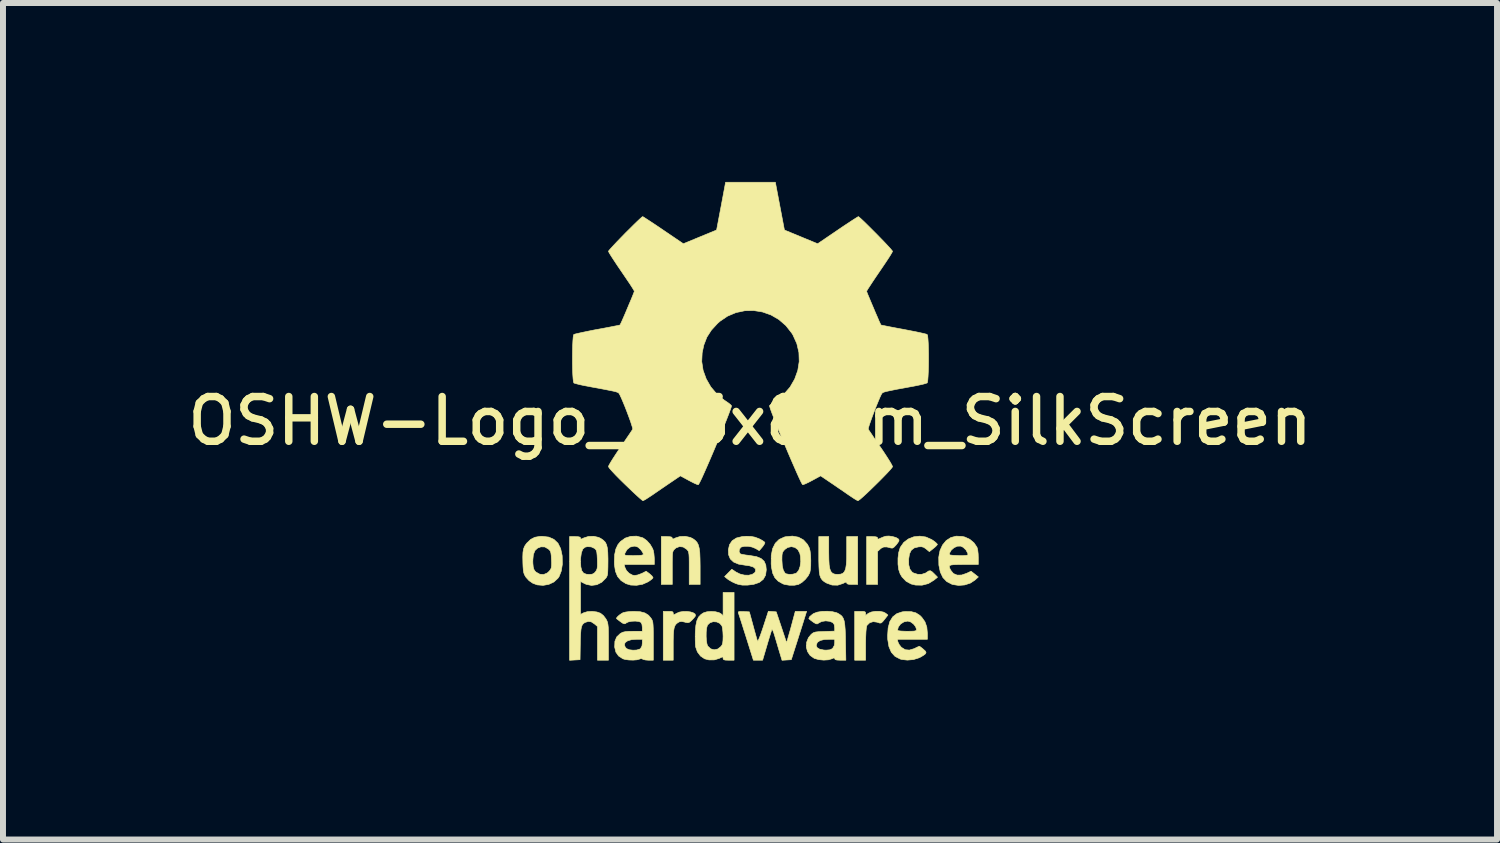
<source format=kicad_pcb>
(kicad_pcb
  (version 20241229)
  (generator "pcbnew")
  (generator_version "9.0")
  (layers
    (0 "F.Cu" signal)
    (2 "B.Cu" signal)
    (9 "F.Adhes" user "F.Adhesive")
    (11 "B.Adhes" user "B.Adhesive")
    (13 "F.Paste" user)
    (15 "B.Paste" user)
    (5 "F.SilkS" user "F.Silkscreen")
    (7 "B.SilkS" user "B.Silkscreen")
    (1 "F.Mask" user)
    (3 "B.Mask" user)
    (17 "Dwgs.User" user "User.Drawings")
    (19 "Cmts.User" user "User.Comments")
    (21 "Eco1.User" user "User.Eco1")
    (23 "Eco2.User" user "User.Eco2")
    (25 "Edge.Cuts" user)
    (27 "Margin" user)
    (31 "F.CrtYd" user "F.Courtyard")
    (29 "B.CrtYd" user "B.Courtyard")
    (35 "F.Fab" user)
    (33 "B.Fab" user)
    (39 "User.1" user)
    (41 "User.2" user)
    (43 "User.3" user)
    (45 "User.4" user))
  (footprint "OSHW-Logo_7.5x8mm_SilkScreen"
    (layer "F.Cu")
    (at 9.523 4.007)
    (property "Reference" "OSHW-Logo_7.5x8mm_SilkScreen" (at 0 0 0) (layer "F.SilkS") (effects (font (size 0.75 0.75) (thickness 0.125))))
    (attr exclude_from_pos_files exclude_from_bom)
    (fp_poly (pts (xy 2.391 1.938) (xy 2.449 1.955) (xy 2.486 1.977) (xy 2.498 1.995) (xy 2.495 2.016) (xy 2.473 2.048) (xy 2.455 2.072) (xy 2.417 2.113) (xy 2.389 2.131) (xy 2.365 2.13) (xy 2.294 2.112) (xy 2.241 2.113) (xy 2.199 2.133) (xy 2.185 2.145) (xy 2.139 2.187) (xy 2.139 2.741) (xy 1.955 2.741) (xy 1.955 1.938) (xy 2.047 1.938) (xy 2.102 1.941) (xy 2.131 1.948) (xy 2.139 1.963) (xy 2.139 1.964) (xy 2.143 1.98) (xy 2.16 1.978) (xy 2.185 1.966) (xy 2.235 1.945) (xy 2.276 1.932) (xy 2.329 1.929) (xy 2.391 1.938)) (stroke (width 0.01) (type solid)) (fill yes) (layer "F.SilkS"))
    (fp_poly (pts (xy 2.173 3.191) (xy 2.237 3.204) (xy 2.274 3.223) (xy 2.312 3.254) (xy 2.258 3.323) (xy 2.224 3.365) (xy 2.201 3.385) (xy 2.178 3.389) (xy 2.145 3.378) (xy 2.129 3.373) (xy 2.066 3.364) (xy 2.007 3.382) (xy 1.964 3.423) (xy 1.957 3.436) (xy 1.95 3.47) (xy 1.944 3.533) (xy 1.94 3.621) (xy 1.938 3.729) (xy 1.938 3.744) (xy 1.938 4.011) (xy 1.755 4.011) (xy 1.755 3.192) (xy 1.847 3.192) (xy 1.9 3.193) (xy 1.927 3.199) (xy 1.937 3.213) (xy 1.938 3.226) (xy 1.938 3.261) (xy 1.982 3.226) (xy 2.033 3.203) (xy 2.101 3.191) (xy 2.173 3.191)) (stroke (width 0.01) (type solid)) (fill yes) (layer "F.SilkS"))
    (fp_poly (pts (xy -1.32 3.193) (xy -1.295 3.201) (xy -1.287 3.217) (xy -1.287 3.225) (xy -1.285 3.246) (xy -1.275 3.249) (xy -1.248 3.235) (xy -1.232 3.225) (xy -1.182 3.204) (xy -1.122 3.194) (xy -1.059 3.193) (xy -0.999 3.201) (xy -0.951 3.216) (xy -0.92 3.237) (xy -0.914 3.264) (xy -0.917 3.272) (xy -0.94 3.302) (xy -0.974 3.339) (xy -0.98 3.345) (xy -1.013 3.373) (xy -1.042 3.382) (xy -1.081 3.376) (xy -1.097 3.371) (xy -1.146 3.361) (xy -1.181 3.366) (xy -1.211 3.382) (xy -1.237 3.403) (xy -1.257 3.43) (xy -1.271 3.467) (xy -1.28 3.52) (xy -1.285 3.593) (xy -1.287 3.693) (xy -1.287 3.753) (xy -1.287 4.011) (xy -1.454 4.011) (xy -1.454 3.192) (xy -1.37 3.192) (xy -1.32 3.193)) (stroke (width 0.01) (type solid)) (fill yes) (layer "F.SilkS"))
    (fp_poly (pts (xy 1.32 2.199) (xy 1.322 2.321) (xy 1.327 2.414) (xy 1.339 2.482) (xy 1.358 2.527) (xy 1.385 2.555) (xy 1.423 2.569) (xy 1.471 2.572) (xy 1.52 2.568) (xy 1.557 2.554) (xy 1.584 2.525) (xy 1.603 2.479) (xy 1.614 2.41) (xy 1.62 2.316) (xy 1.621 2.199) (xy 1.621 1.938) (xy 1.805 1.938) (xy 1.805 2.741) (xy 1.713 2.741) (xy 1.657 2.738) (xy 1.629 2.73) (xy 1.621 2.715) (xy 1.616 2.702) (xy 1.597 2.705) (xy 1.559 2.724) (xy 1.47 2.753) (xy 1.377 2.751) (xy 1.287 2.719) (xy 1.244 2.694) (xy 1.212 2.667) (xy 1.188 2.633) (xy 1.171 2.588) (xy 1.161 2.526) (xy 1.156 2.444) (xy 1.153 2.336) (xy 1.153 2.252) (xy 1.153 1.938) (xy 1.32 1.938) (xy 1.32 2.199)) (stroke (width 0.01) (type solid)) (fill yes) (layer "F.SilkS"))
    (fp_poly (pts (xy -1.002 1.952) (xy -0.96 1.972) (xy -0.92 2.001) (xy -0.889 2.034) (xy -0.867 2.076) (xy -0.852 2.132) (xy -0.842 2.207) (xy -0.838 2.305) (xy -0.836 2.431) (xy -0.836 2.444) (xy -0.836 2.741) (xy -1.019 2.741) (xy -1.019 2.467) (xy -1.019 2.366) (xy -1.02 2.292) (xy -1.023 2.241) (xy -1.028 2.207) (xy -1.035 2.184) (xy -1.047 2.167) (xy -1.063 2.15) (xy -1.12 2.113) (xy -1.183 2.106) (xy -1.242 2.129) (xy -1.262 2.147) (xy -1.278 2.163) (xy -1.288 2.18) (xy -1.296 2.204) (xy -1.3 2.24) (xy -1.302 2.294) (xy -1.303 2.371) (xy -1.303 2.464) (xy -1.303 2.741) (xy -1.487 2.741) (xy -1.487 1.938) (xy -1.395 1.938) (xy -1.34 1.941) (xy -1.312 1.948) (xy -1.303 1.963) (xy -1.303 1.964) (xy -1.3 1.979) (xy -1.283 1.977) (xy -1.249 1.961) (xy -1.173 1.937) (xy -1.086 1.934) (xy -1.002 1.952)) (stroke (width 0.01) (type solid)) (fill yes) (layer "F.SilkS"))
    (fp_poly (pts (xy 2.947 1.945) (xy 3.043 1.987) (xy 3.074 2.007) (xy 3.113 2.037) (xy 3.137 2.062) (xy 3.142 2.069) (xy 3.13 2.087) (xy 3.099 2.117) (xy 3.074 2.137) (xy 3.007 2.191) (xy 2.954 2.147) (xy 2.913 2.118) (xy 2.873 2.108) (xy 2.827 2.11) (xy 2.754 2.128) (xy 2.704 2.166) (xy 2.674 2.227) (xy 2.66 2.314) (xy 2.66 2.314) (xy 2.661 2.412) (xy 2.68 2.484) (xy 2.717 2.533) (xy 2.742 2.549) (xy 2.809 2.57) (xy 2.881 2.57) (xy 2.943 2.55) (xy 2.958 2.54) (xy 2.995 2.515) (xy 3.024 2.511) (xy 3.055 2.53) (xy 3.089 2.563) (xy 3.144 2.619) (xy 3.083 2.669) (xy 2.99 2.726) (xy 2.884 2.753) (xy 2.774 2.751) (xy 2.701 2.733) (xy 2.617 2.687) (xy 2.549 2.616) (xy 2.518 2.565) (xy 2.493 2.492) (xy 2.481 2.401) (xy 2.481 2.301) (xy 2.493 2.205) (xy 2.517 2.125) (xy 2.521 2.117) (xy 2.578 2.036) (xy 2.655 1.978) (xy 2.746 1.942) (xy 2.846 1.931) (xy 2.947 1.945)) (stroke (width 0.01) (type solid)) (fill yes) (layer "F.SilkS"))
    (fp_poly (pts (xy 0.812 1.948) (xy 0.896 1.994) (xy 0.962 2.067) (xy 0.993 2.126) (xy 1.007 2.178) (xy 1.016 2.253) (xy 1.019 2.338) (xy 1.018 2.425) (xy 1.011 2.5) (xy 1.003 2.541) (xy 0.975 2.596) (xy 0.928 2.655) (xy 0.871 2.706) (xy 0.815 2.739) (xy 0.814 2.74) (xy 0.744 2.754) (xy 0.661 2.754) (xy 0.582 2.741) (xy 0.552 2.731) (xy 0.473 2.686) (xy 0.417 2.628) (xy 0.38 2.551) (xy 0.36 2.45) (xy 0.355 2.397) (xy 0.356 2.331) (xy 0.535 2.331) (xy 0.541 2.428) (xy 0.558 2.502) (xy 0.586 2.549) (xy 0.605 2.562) (xy 0.656 2.572) (xy 0.716 2.569) (xy 0.767 2.555) (xy 0.781 2.548) (xy 0.817 2.504) (xy 0.84 2.438) (xy 0.851 2.357) (xy 0.846 2.271) (xy 0.835 2.218) (xy 0.803 2.158) (xy 0.753 2.12) (xy 0.693 2.107) (xy 0.631 2.121) (xy 0.584 2.154) (xy 0.559 2.182) (xy 0.544 2.209) (xy 0.537 2.246) (xy 0.535 2.303) (xy 0.535 2.331) (xy 0.356 2.331) (xy 0.356 2.256) (xy 0.379 2.14) (xy 0.424 2.05) (xy 0.49 1.985) (xy 0.579 1.945) (xy 0.597 1.941) (xy 0.711 1.93) (xy 0.812 1.948)) (stroke (width 0.01) (type solid)) (fill yes) (layer "F.SilkS"))
    (fp_poly (pts (xy 0.374 3.195) (xy 0.44 3.2) (xy 0.527 3.459) (xy 0.613 3.718) (xy 0.64 3.626) (xy 0.656 3.569) (xy 0.678 3.493) (xy 0.701 3.408) (xy 0.713 3.363) (xy 0.759 3.192) (xy 0.949 3.192) (xy 0.893 3.371) (xy 0.865 3.46) (xy 0.831 3.566) (xy 0.796 3.677) (xy 0.764 3.777) (xy 0.692 4.002) (xy 0.537 4.012) (xy 0.495 3.874) (xy 0.469 3.787) (xy 0.441 3.692) (xy 0.416 3.608) (xy 0.415 3.605) (xy 0.397 3.548) (xy 0.381 3.509) (xy 0.369 3.495) (xy 0.367 3.496) (xy 0.359 3.519) (xy 0.343 3.568) (xy 0.322 3.637) (xy 0.297 3.719) (xy 0.284 3.764) (xy 0.211 4.011) (xy 0.057 4.011) (xy -0.065 3.622) (xy -0.1 3.513) (xy -0.131 3.414) (xy -0.158 3.33) (xy -0.179 3.265) (xy -0.193 3.224) (xy -0.197 3.212) (xy -0.193 3.199) (xy -0.168 3.194) (xy -0.116 3.195) (xy -0.108 3.195) (xy -0.011 3.2) (xy 0.053 3.434) (xy 0.076 3.519) (xy 0.097 3.594) (xy 0.114 3.653) (xy 0.124 3.687) (xy 0.126 3.693) (xy 0.134 3.686) (xy 0.15 3.653) (xy 0.173 3.596) (xy 0.199 3.522) (xy 0.222 3.454) (xy 0.308 3.19) (xy 0.374 3.195)) (stroke (width 0.01) (type solid)) (fill yes) (layer "F.SilkS"))
    (fp_poly (pts (xy -3.373 1.947) (xy -3.286 1.986) (xy -3.219 2.05) (xy -3.174 2.141) (xy -3.149 2.257) (xy -3.148 2.276) (xy -3.146 2.404) (xy -3.164 2.516) (xy -3.2 2.608) (xy -3.22 2.637) (xy -3.287 2.699) (xy -3.372 2.739) (xy -3.468 2.756) (xy -3.566 2.748) (xy -3.64 2.721) (xy -3.704 2.677) (xy -3.756 2.62) (xy -3.757 2.618) (xy -3.778 2.583) (xy -3.792 2.547) (xy -3.8 2.502) (xy -3.805 2.438) (xy -3.807 2.385) (xy -3.808 2.338) (xy -3.641 2.338) (xy -3.64 2.385) (xy -3.634 2.448) (xy -3.623 2.488) (xy -3.604 2.517) (xy -3.587 2.534) (xy -3.524 2.569) (xy -3.459 2.574) (xy -3.398 2.548) (xy -3.367 2.52) (xy -3.345 2.492) (xy -3.332 2.464) (xy -3.327 2.429) (xy -3.326 2.376) (xy -3.328 2.327) (xy -3.332 2.256) (xy -3.338 2.211) (xy -3.348 2.181) (xy -3.366 2.159) (xy -3.381 2.146) (xy -3.44 2.112) (xy -3.505 2.11) (xy -3.559 2.13) (xy -3.605 2.172) (xy -3.632 2.241) (xy -3.641 2.338) (xy -3.808 2.338) (xy -3.809 2.281) (xy -3.806 2.203) (xy -3.796 2.145) (xy -3.778 2.099) (xy -3.75 2.058) (xy -3.74 2.046) (xy -3.676 1.985) (xy -3.607 1.95) (xy -3.523 1.935) (xy -3.482 1.934) (xy -3.373 1.947)) (stroke (width 0.01) (type solid)) (fill yes) (layer "F.SilkS"))
    (fp_poly (pts (xy -0.267 4.011) (xy -0.359 4.011) (xy -0.413 4.009) (xy -0.44 4.002) (xy -0.45 3.988) (xy -0.451 3.979) (xy -0.453 3.96) (xy -0.464 3.956) (xy -0.491 3.968) (xy -0.513 3.979) (xy -0.597 4.005) (xy -0.687 4.006) (xy -0.761 3.987) (xy -0.83 3.94) (xy -0.882 3.871) (xy -0.911 3.789) (xy -0.912 3.785) (xy -0.916 3.735) (xy -0.918 3.664) (xy -0.918 3.61) (xy -0.735 3.61) (xy -0.731 3.681) (xy -0.721 3.741) (xy -0.708 3.774) (xy -0.659 3.82) (xy -0.601 3.836) (xy -0.54 3.823) (xy -0.489 3.783) (xy -0.469 3.757) (xy -0.458 3.725) (xy -0.453 3.679) (xy -0.451 3.609) (xy -0.454 3.54) (xy -0.46 3.48) (xy -0.469 3.44) (xy -0.47 3.436) (xy -0.506 3.393) (xy -0.558 3.369) (xy -0.616 3.365) (xy -0.67 3.382) (xy -0.71 3.419) (xy -0.714 3.426) (xy -0.727 3.471) (xy -0.734 3.536) (xy -0.735 3.61) (xy -0.918 3.61) (xy -0.918 3.582) (xy -0.917 3.538) (xy -0.908 3.43) (xy -0.891 3.349) (xy -0.863 3.288) (xy -0.821 3.244) (xy -0.78 3.217) (xy -0.723 3.199) (xy -0.653 3.193) (xy -0.58 3.198) (xy -0.518 3.214) (xy -0.485 3.233) (xy -0.451 3.264) (xy -0.451 2.874) (xy -0.267 2.874) (xy -0.267 4.011)) (stroke (width 0.01) (type solid)) (fill yes) (layer "F.SilkS"))
    (fp_poly (pts (xy 3.559 1.936) (xy 3.602 1.946) (xy 3.684 1.984) (xy 3.754 2.042) (xy 3.802 2.112) (xy 3.809 2.128) (xy 3.818 2.168) (xy 3.825 2.229) (xy 3.827 2.29) (xy 3.827 2.406) (xy 3.584 2.406) (xy 3.484 2.407) (xy 3.414 2.409) (xy 3.369 2.415) (xy 3.346 2.426) (xy 3.341 2.445) (xy 3.35 2.472) (xy 3.366 2.504) (xy 3.41 2.558) (xy 3.472 2.584) (xy 3.547 2.583) (xy 3.632 2.554) (xy 3.706 2.519) (xy 3.767 2.567) (xy 3.828 2.615) (xy 3.77 2.668) (xy 3.694 2.718) (xy 3.599 2.749) (xy 3.498 2.757) (xy 3.4 2.742) (xy 3.384 2.737) (xy 3.298 2.692) (xy 3.234 2.625) (xy 3.19 2.533) (xy 3.166 2.416) (xy 3.166 2.414) (xy 3.164 2.286) (xy 3.172 2.24) (xy 3.342 2.24) (xy 3.358 2.247) (xy 3.4 2.252) (xy 3.462 2.255) (xy 3.502 2.256) (xy 3.576 2.256) (xy 3.622 2.254) (xy 3.646 2.249) (xy 3.654 2.24) (xy 3.652 2.224) (xy 3.65 2.218) (xy 3.621 2.163) (xy 3.574 2.118) (xy 3.532 2.098) (xy 3.477 2.099) (xy 3.421 2.124) (xy 3.374 2.165) (xy 3.346 2.214) (xy 3.342 2.24) (xy 3.172 2.24) (xy 3.185 2.173) (xy 3.228 2.079) (xy 3.289 2.005) (xy 3.366 1.955) (xy 3.457 1.931) (xy 3.559 1.936)) (stroke (width 0.01) (type solid)) (fill yes) (layer "F.SilkS"))
    (fp_poly (pts (xy 0.019 1.936) (xy 0.082 1.948) (xy 0.148 1.973) (xy 0.155 1.976) (xy 0.204 2.002) (xy 0.239 2.026) (xy 0.25 2.042) (xy 0.239 2.067) (xy 0.214 2.105) (xy 0.202 2.119) (xy 0.155 2.174) (xy 0.094 2.138) (xy 0.036 2.114) (xy -0.03 2.101) (xy -0.095 2.101) (xy -0.144 2.113) (xy -0.156 2.12) (xy -0.179 2.154) (xy -0.182 2.194) (xy -0.165 2.225) (xy -0.155 2.231) (xy -0.124 2.238) (xy -0.072 2.247) (xy -0.006 2.255) (xy 0.006 2.257) (xy 0.11 2.275) (xy 0.186 2.306) (xy 0.237 2.352) (xy 0.265 2.416) (xy 0.273 2.495) (xy 0.261 2.585) (xy 0.222 2.655) (xy 0.156 2.707) (xy 0.062 2.739) (xy -0.042 2.752) (xy -0.127 2.752) (xy -0.195 2.74) (xy -0.242 2.724) (xy -0.302 2.696) (xy -0.356 2.664) (xy -0.376 2.65) (xy -0.426 2.609) (xy -0.305 2.486) (xy -0.236 2.532) (xy -0.168 2.566) (xy -0.094 2.584) (xy -0.023 2.586) (xy 0.037 2.572) (xy 0.08 2.543) (xy 0.093 2.518) (xy 0.091 2.479) (xy 0.057 2.449) (xy -0.009 2.428) (xy -0.081 2.418) (xy -0.192 2.4) (xy -0.275 2.365) (xy -0.33 2.313) (xy -0.359 2.243) (xy -0.363 2.16) (xy -0.343 2.073) (xy -0.298 2.007) (xy -0.228 1.962) (xy -0.131 1.938) (xy -0.06 1.933) (xy 0.019 1.936)) (stroke (width 0.01) (type solid)) (fill yes) (layer "F.SilkS"))
    (fp_poly (pts (xy 2.701 3.196) (xy 2.781 3.217) (xy 2.848 3.26) (xy 2.88 3.292) (xy 2.933 3.367) (xy 2.964 3.455) (xy 2.974 3.563) (xy 2.974 3.572) (xy 2.974 3.66) (xy 2.47 3.66) (xy 2.48 3.706) (xy 2.5 3.747) (xy 2.534 3.791) (xy 2.541 3.797) (xy 2.602 3.835) (xy 2.672 3.841) (xy 2.752 3.817) (xy 2.766 3.81) (xy 2.807 3.79) (xy 2.835 3.778) (xy 2.84 3.777) (xy 2.857 3.788) (xy 2.89 3.813) (xy 2.906 3.827) (xy 2.94 3.858) (xy 2.951 3.879) (xy 2.944 3.899) (xy 2.94 3.904) (xy 2.911 3.927) (xy 2.865 3.955) (xy 2.832 3.971) (xy 2.74 4) (xy 2.638 4.009) (xy 2.542 3.998) (xy 2.515 3.99) (xy 2.431 3.946) (xy 2.369 3.877) (xy 2.329 3.783) (xy 2.309 3.663) (xy 2.307 3.601) (xy 2.313 3.51) (xy 2.473 3.51) (xy 2.489 3.517) (xy 2.53 3.522) (xy 2.591 3.525) (xy 2.632 3.526) (xy 2.706 3.525) (xy 2.752 3.523) (xy 2.778 3.517) (xy 2.789 3.507) (xy 2.791 3.493) (xy 2.776 3.448) (xy 2.74 3.403) (xy 2.693 3.369) (xy 2.645 3.355) (xy 2.581 3.368) (xy 2.525 3.403) (xy 2.486 3.455) (xy 2.473 3.51) (xy 2.313 3.51) (xy 2.316 3.469) (xy 2.344 3.363) (xy 2.393 3.284) (xy 2.462 3.23) (xy 2.552 3.2) (xy 2.6 3.195) (xy 2.701 3.196)) (stroke (width 0.01) (type solid)) (fill yes) (layer "F.SilkS"))
    (fp_poly (pts (xy -1.803 1.957) (xy -1.786 1.965) (xy -1.729 2.007) (xy -1.674 2.069) (xy -1.634 2.137) (xy -1.622 2.168) (xy -1.611 2.223) (xy -1.605 2.291) (xy -1.604 2.319) (xy -1.604 2.406) (xy -2.109 2.406) (xy -2.098 2.452) (xy -2.072 2.507) (xy -2.026 2.554) (xy -1.971 2.584) (xy -1.936 2.59) (xy -1.888 2.583) (xy -1.832 2.563) (xy -1.812 2.555) (xy -1.741 2.519) (xy -1.68 2.565) (xy -1.645 2.597) (xy -1.627 2.623) (xy -1.626 2.63) (xy -1.643 2.649) (xy -1.679 2.677) (xy -1.712 2.698) (xy -1.802 2.738) (xy -1.902 2.755) (xy -2.001 2.751) (xy -2.08 2.727) (xy -2.162 2.675) (xy -2.22 2.607) (xy -2.256 2.519) (xy -2.273 2.407) (xy -2.274 2.356) (xy -2.269 2.239) (xy -2.268 2.236) (xy -2.101 2.236) (xy -2.096 2.247) (xy -2.077 2.253) (xy -2.038 2.255) (xy -1.973 2.256) (xy -1.948 2.256) (xy -1.872 2.255) (xy -1.824 2.252) (xy -1.798 2.245) (xy -1.788 2.235) (xy -1.788 2.231) (xy -1.799 2.204) (xy -1.825 2.166) (xy -1.836 2.153) (xy -1.878 2.115) (xy -1.922 2.1) (xy -1.945 2.099) (xy -2.009 2.114) (xy -2.062 2.156) (xy -2.096 2.216) (xy -2.097 2.218) (xy -2.101 2.236) (xy -2.268 2.236) (xy -2.249 2.147) (xy -2.214 2.073) (xy -2.171 2.021) (xy -2.092 1.964) (xy -1.999 1.934) (xy -1.9 1.931) (xy -1.803 1.957)) (stroke (width 0.01) (type solid)) (fill yes) (layer "F.SilkS"))
    (fp_poly (pts (xy 1.38 3.197) (xy 1.45 3.214) (xy 1.471 3.223) (xy 1.51 3.247) (xy 1.541 3.273) (xy 1.563 3.308) (xy 1.579 3.354) (xy 1.589 3.418) (xy 1.596 3.503) (xy 1.6 3.614) (xy 1.601 3.689) (xy 1.607 4.011) (xy 1.514 4.011) (xy 1.457 4.008) (xy 1.428 4) (xy 1.42 3.986) (xy 1.416 3.972) (xy 1.399 3.975) (xy 1.374 3.986) (xy 1.314 4.004) (xy 1.236 4.009) (xy 1.154 4.001) (xy 1.081 3.981) (xy 1.075 3.978) (xy 1.008 3.931) (xy 0.964 3.866) (xy 0.944 3.791) (xy 0.946 3.763) (xy 1.11 3.763) (xy 1.125 3.8) (xy 1.168 3.826) (xy 1.237 3.84) (xy 1.274 3.842) (xy 1.336 3.837) (xy 1.377 3.819) (xy 1.387 3.81) (xy 1.414 3.762) (xy 1.42 3.718) (xy 1.42 3.66) (xy 1.339 3.66) (xy 1.244 3.664) (xy 1.178 3.68) (xy 1.136 3.706) (xy 1.126 3.718) (xy 1.11 3.763) (xy 0.946 3.763) (xy 0.949 3.711) (xy 0.979 3.635) (xy 1.02 3.584) (xy 1.045 3.561) (xy 1.069 3.547) (xy 1.101 3.538) (xy 1.148 3.533) (xy 1.218 3.53) (xy 1.246 3.529) (xy 1.42 3.523) (xy 1.42 3.47) (xy 1.413 3.415) (xy 1.389 3.381) (xy 1.34 3.36) (xy 1.338 3.359) (xy 1.268 3.351) (xy 1.2 3.362) (xy 1.149 3.389) (xy 1.129 3.402) (xy 1.107 3.4) (xy 1.073 3.381) (xy 1.053 3.367) (xy 1.014 3.338) (xy 0.99 3.317) (xy 0.986 3.311) (xy 1.002 3.279) (xy 1.049 3.24) (xy 1.069 3.227) (xy 1.128 3.205) (xy 1.207 3.192) (xy 1.295 3.19) (xy 1.38 3.197)) (stroke (width 0.01) (type solid)) (fill yes) (layer "F.SilkS"))
    (fp_poly (pts (xy -1.84 3.198) (xy -1.761 3.219) (xy -1.701 3.257) (xy -1.659 3.307) (xy -1.646 3.328) (xy -1.636 3.35) (xy -1.629 3.379) (xy -1.625 3.419) (xy -1.622 3.475) (xy -1.621 3.554) (xy -1.621 3.659) (xy -1.621 3.687) (xy -1.621 4.011) (xy -1.701 4.011) (xy -1.752 4.007) (xy -1.79 3.998) (xy -1.8 3.992) (xy -1.826 3.983) (xy -1.852 3.992) (xy -1.896 4.004) (xy -1.959 4.009) (xy -2.029 4.007) (xy -2.093 3.998) (xy -2.131 3.987) (xy -2.203 3.94) (xy -2.248 3.876) (xy -2.269 3.79) (xy -2.269 3.788) (xy -2.267 3.75) (xy -2.106 3.75) (xy -2.091 3.793) (xy -2.068 3.817) (xy -2.022 3.836) (xy -1.961 3.843) (xy -1.899 3.84) (xy -1.849 3.825) (xy -1.835 3.816) (xy -1.811 3.773) (xy -1.805 3.724) (xy -1.805 3.66) (xy -1.897 3.66) (xy -1.985 3.666) (xy -2.052 3.686) (xy -2.093 3.715) (xy -2.106 3.75) (xy -2.267 3.75) (xy -2.265 3.694) (xy -2.234 3.62) (xy -2.175 3.564) (xy -2.167 3.559) (xy -2.133 3.542) (xy -2.09 3.532) (xy -2.03 3.527) (xy -1.959 3.526) (xy -1.805 3.526) (xy -1.805 3.461) (xy -1.811 3.411) (xy -1.828 3.377) (xy -1.83 3.375) (xy -1.867 3.361) (xy -1.923 3.355) (xy -1.986 3.358) (xy -2.04 3.369) (xy -2.073 3.385) (xy -2.091 3.398) (xy -2.109 3.4) (xy -2.135 3.39) (xy -2.174 3.363) (xy -2.232 3.318) (xy -2.238 3.314) (xy -2.235 3.299) (xy -2.212 3.273) (xy -2.177 3.244) (xy -2.139 3.22) (xy -2.127 3.214) (xy -2.083 3.203) (xy -2.019 3.195) (xy -1.947 3.192) (xy -1.943 3.192) (xy -1.84 3.198)) (stroke (width 0.01) (type solid)) (fill yes) (layer "F.SilkS"))
    (fp_poly (pts (xy -2.537 1.952) (xy -2.501 1.97) (xy -2.458 2) (xy -2.426 2.033) (xy -2.405 2.075) (xy -2.391 2.131) (xy -2.384 2.206) (xy -2.381 2.307) (xy -2.381 2.351) (xy -2.382 2.446) (xy -2.384 2.514) (xy -2.387 2.561) (xy -2.394 2.594) (xy -2.405 2.618) (xy -2.416 2.634) (xy -2.485 2.703) (xy -2.567 2.745) (xy -2.656 2.757) (xy -2.745 2.739) (xy -2.773 2.726) (xy -2.841 2.691) (xy -2.841 3.243) (xy -2.791 3.217) (xy -2.727 3.197) (xy -2.647 3.192) (xy -2.567 3.202) (xy -2.507 3.223) (xy -2.457 3.263) (xy -2.414 3.32) (xy -2.411 3.326) (xy -2.397 3.353) (xy -2.387 3.381) (xy -2.381 3.415) (xy -2.376 3.46) (xy -2.374 3.523) (xy -2.373 3.608) (xy -2.373 3.704) (xy -2.373 4.011) (xy -2.557 4.011) (xy -2.557 3.445) (xy -2.608 3.402) (xy -2.662 3.367) (xy -2.712 3.361) (xy -2.763 3.377) (xy -2.79 3.393) (xy -2.81 3.416) (xy -2.825 3.45) (xy -2.834 3.5) (xy -2.84 3.572) (xy -2.844 3.67) (xy -2.845 3.735) (xy -2.849 4.002) (xy -2.937 4.007) (xy -3.025 4.012) (xy -3.025 2.353) (xy -2.841 2.353) (xy -2.836 2.446) (xy -2.82 2.51) (xy -2.791 2.55) (xy -2.745 2.569) (xy -2.699 2.573) (xy -2.646 2.569) (xy -2.612 2.551) (xy -2.59 2.528) (xy -2.573 2.502) (xy -2.563 2.474) (xy -2.558 2.434) (xy -2.558 2.375) (xy -2.559 2.325) (xy -2.563 2.251) (xy -2.568 2.202) (xy -2.577 2.17) (xy -2.591 2.15) (xy -2.605 2.137) (xy -2.661 2.111) (xy -2.727 2.107) (xy -2.765 2.116) (xy -2.803 2.148) (xy -2.827 2.211) (xy -2.84 2.304) (xy -2.841 2.353) (xy -3.025 2.353) (xy -3.025 1.938) (xy -2.933 1.938) (xy -2.878 1.941) (xy -2.849 1.948) (xy -2.841 1.963) (xy -2.841 1.964) (xy -2.837 1.979) (xy -2.82 1.977) (xy -2.786 1.961) (xy -2.708 1.936) (xy -2.62 1.933) (xy -2.537 1.952)) (stroke (width 0.01) (type solid)) (fill yes) (layer "F.SilkS"))
    (fp_poly (pts (xy 0.501 -3.601) (xy 0.577 -3.201) (xy 1.134 -2.971) (xy 1.468 -3.198) (xy 1.562 -3.262) (xy 1.647 -3.318) (xy 1.718 -3.365) (xy 1.773 -3.4) (xy 1.807 -3.421) (xy 1.817 -3.426) (xy 1.833 -3.414) (xy 1.869 -3.382) (xy 1.919 -3.335) (xy 1.981 -3.274) (xy 2.049 -3.206) (xy 2.121 -3.134) (xy 2.191 -3.062) (xy 2.257 -2.994) (xy 2.313 -2.934) (xy 2.357 -2.886) (xy 2.383 -2.854) (xy 2.39 -2.844) (xy 2.38 -2.824) (xy 2.355 -2.781) (xy 2.316 -2.72) (xy 2.265 -2.643) (xy 2.206 -2.556) (xy 2.172 -2.506) (xy 2.11 -2.415) (xy 2.055 -2.333) (xy 2.01 -2.264) (xy 1.976 -2.212) (xy 1.958 -2.181) (xy 1.955 -2.174) (xy 1.961 -2.156) (xy 1.978 -2.113) (xy 2.004 -2.051) (xy 2.035 -1.977) (xy 2.069 -1.897) (xy 2.103 -1.816) (xy 2.136 -1.741) (xy 2.163 -1.677) (xy 2.184 -1.632) (xy 2.195 -1.61) (xy 2.195 -1.609) (xy 2.212 -1.605) (xy 2.257 -1.596) (xy 2.326 -1.582) (xy 2.414 -1.565) (xy 2.515 -1.546) (xy 2.575 -1.535) (xy 2.683 -1.514) (xy 2.781 -1.495) (xy 2.864 -1.477) (xy 2.926 -1.463) (xy 2.963 -1.453) (xy 2.97 -1.449) (xy 2.978 -1.427) (xy 2.983 -1.378) (xy 2.988 -1.307) (xy 2.991 -1.219) (xy 2.993 -1.122) (xy 2.993 -1.02) (xy 2.992 -0.919) (xy 2.989 -0.825) (xy 2.985 -0.745) (xy 2.98 -0.683) (xy 2.974 -0.646) (xy 2.97 -0.638) (xy 2.946 -0.629) (xy 2.896 -0.615) (xy 2.827 -0.6) (xy 2.744 -0.583) (xy 2.715 -0.578) (xy 2.576 -0.552) (xy 2.465 -0.532) (xy 2.381 -0.515) (xy 2.319 -0.502) (xy 2.274 -0.492) (xy 2.245 -0.483) (xy 2.227 -0.475) (xy 2.216 -0.467) (xy 2.214 -0.465) (xy 2.199 -0.44) (xy 2.176 -0.391) (xy 2.148 -0.324) (xy 2.116 -0.246) (xy 2.083 -0.161) (xy 2.051 -0.077) (xy 2.023 0.001) (xy 2 0.067) (xy 1.986 0.114) (xy 1.982 0.138) (xy 1.983 0.139) (xy 1.995 0.158) (xy 2.024 0.2) (xy 2.065 0.262) (xy 2.117 0.337) (xy 2.175 0.422) (xy 2.192 0.446) (xy 2.251 0.534) (xy 2.303 0.614) (xy 2.346 0.682) (xy 2.375 0.733) (xy 2.389 0.762) (xy 2.39 0.766) (xy 2.378 0.785) (xy 2.346 0.823) (xy 2.298 0.875) (xy 2.237 0.938) (xy 2.169 1.007) (xy 2.096 1.079) (xy 2.024 1.149) (xy 1.956 1.214) (xy 1.896 1.269) (xy 1.849 1.31) (xy 1.818 1.333) (xy 1.809 1.337) (xy 1.79 1.328) (xy 1.749 1.304) (xy 1.695 1.268) (xy 1.653 1.24) (xy 1.577 1.187) (xy 1.487 1.126) (xy 1.397 1.064) (xy 1.348 1.031) (xy 1.184 0.92) (xy 1.046 0.995) (xy 0.983 1.028) (xy 0.93 1.053) (xy 0.893 1.067) (xy 0.884 1.069) (xy 0.873 1.055) (xy 0.851 1.013) (xy 0.82 0.947) (xy 0.782 0.863) (xy 0.738 0.762) (xy 0.689 0.65) (xy 0.638 0.531) (xy 0.586 0.407) (xy 0.534 0.283) (xy 0.485 0.164) (xy 0.439 0.052) (xy 0.4 -0.049) (xy 0.367 -0.134) (xy 0.343 -0.199) (xy 0.33 -0.241) (xy 0.327 -0.256) (xy 0.345 -0.274) (xy 0.382 -0.304) (xy 0.432 -0.34) (xy 0.437 -0.343) (xy 0.566 -0.446) (xy 0.671 -0.567) (xy 0.749 -0.702) (xy 0.801 -0.846) (xy 0.825 -0.996) (xy 0.82 -1.147) (xy 0.785 -1.297) (xy 0.72 -1.441) (xy 0.701 -1.472) (xy 0.601 -1.599) (xy 0.483 -1.701) (xy 0.352 -1.777) (xy 0.21 -1.827) (xy 0.062 -1.851) (xy -0.087 -1.848) (xy -0.234 -1.817) (xy -0.375 -1.758) (xy -0.505 -1.67) (xy -0.545 -1.634) (xy -0.648 -1.522) (xy -0.723 -1.405) (xy -0.774 -1.273) (xy -0.802 -1.142) (xy -0.809 -0.996) (xy -0.786 -0.848) (xy -0.734 -0.705) (xy -0.657 -0.571) (xy -0.556 -0.452) (xy -0.434 -0.351) (xy -0.418 -0.34) (xy -0.368 -0.306) (xy -0.329 -0.276) (xy -0.311 -0.256) (xy -0.31 -0.256) (xy -0.314 -0.235) (xy -0.33 -0.188) (xy -0.356 -0.118) (xy -0.39 -0.03) (xy -0.431 0.073) (xy -0.477 0.187) (xy -0.527 0.307) (xy -0.579 0.431) (xy -0.631 0.554) (xy -0.682 0.673) (xy -0.73 0.783) (xy -0.773 0.88) (xy -0.81 0.962) (xy -0.84 1.023) (xy -0.86 1.06) (xy -0.868 1.069) (xy -0.892 1.062) (xy -0.938 1.042) (xy -0.997 1.012) (xy -1.029 0.995) (xy -1.167 0.92) (xy -1.331 1.031) (xy -1.415 1.088) (xy -1.507 1.151) (xy -1.593 1.21) (xy -1.636 1.24) (xy -1.697 1.28) (xy -1.748 1.313) (xy -1.783 1.332) (xy -1.795 1.337) (xy -1.812 1.325) (xy -1.849 1.294) (xy -1.902 1.246) (xy -1.969 1.184) (xy -2.045 1.111) (xy -2.093 1.065) (xy -2.178 0.982) (xy -2.251 0.908) (xy -2.309 0.846) (xy -2.351 0.799) (xy -2.371 0.77) (xy -2.373 0.764) (xy -2.364 0.742) (xy -2.338 0.696) (xy -2.299 0.633) (xy -2.249 0.556) (xy -2.192 0.47) (xy -2.175 0.446) (xy -2.115 0.359) (xy -2.062 0.281) (xy -2.017 0.215) (xy -1.985 0.167) (xy -1.968 0.142) (xy -1.966 0.139) (xy -1.968 0.118) (xy -1.982 0.073) (xy -2.003 0.008) (xy -2.031 -0.069) (xy -2.062 -0.152) (xy -2.095 -0.237) (xy -2.128 -0.317) (xy -2.157 -0.385) (xy -2.181 -0.436) (xy -2.197 -0.464) (xy -2.198 -0.465) (xy -2.208 -0.473) (xy -2.224 -0.481) (xy -2.251 -0.49) (xy -2.292 -0.5) (xy -2.351 -0.512) (xy -2.431 -0.528) (xy -2.536 -0.548) (xy -2.669 -0.572) (xy -2.698 -0.578) (xy -2.784 -0.594) (xy -2.859 -0.61) (xy -2.916 -0.625) (xy -2.949 -0.635) (xy -2.953 -0.638) (xy -2.96 -0.66) (xy -2.966 -0.71) (xy -2.971 -0.782) (xy -2.974 -0.869) (xy -2.976 -0.967) (xy -2.976 -1.069) (xy -2.975 -1.169) (xy -2.973 -1.263) (xy -2.969 -1.343) (xy -2.964 -1.405) (xy -2.958 -1.442) (xy -2.954 -1.449) (xy -2.932 -1.457) (xy -2.882 -1.469) (xy -2.809 -1.485) (xy -2.718 -1.504) (xy -2.614 -1.525) (xy -2.558 -1.535) (xy -2.45 -1.555) (xy -2.355 -1.573) (xy -2.275 -1.589) (xy -2.217 -1.6) (xy -2.184 -1.608) (xy -2.179 -1.609) (xy -2.17 -1.627) (xy -2.15 -1.669) (xy -2.123 -1.73) (xy -2.091 -1.804) (xy -2.057 -1.885) (xy -2.023 -1.966) (xy -1.991 -2.041) (xy -1.965 -2.105) (xy -1.947 -2.151) (xy -1.939 -2.174) (xy -1.938 -2.175) (xy -1.948 -2.193) (xy -1.973 -2.234) (xy -2.012 -2.295) (xy -2.063 -2.37) (xy -2.122 -2.457) (xy -2.156 -2.507) (xy -2.218 -2.598) (xy -2.273 -2.681) (xy -2.319 -2.751) (xy -2.352 -2.804) (xy -2.37 -2.837) (xy -2.373 -2.844) (xy -2.362 -2.861) (xy -2.33 -2.897) (xy -2.283 -2.948) (xy -2.224 -3.011) (xy -2.157 -3.08) (xy -2.086 -3.153) (xy -2.014 -3.224) (xy -1.947 -3.291) (xy -1.888 -3.348) (xy -1.841 -3.392) (xy -1.81 -3.419) (xy -1.799 -3.426) (xy -1.782 -3.417) (xy -1.742 -3.391) (xy -1.682 -3.352) (xy -1.606 -3.302) (xy -1.518 -3.243) (xy -1.452 -3.198) (xy -1.117 -2.971) (xy -0.839 -3.086) (xy -0.56 -3.201) (xy -0.484 -3.601) (xy -0.409 -4.002) (xy 0.425 -4.002) (xy 0.501 -3.601)) (stroke (width 0.01) (type solid)) (fill yes) (layer "F.SilkS")))
  (gr_rect
    (start -3 -3)
    (end 22.046 11.024)
    (stroke (width 0.1) (type default))
    (fill no)
    (layer "Edge.Cuts")))
</source>
